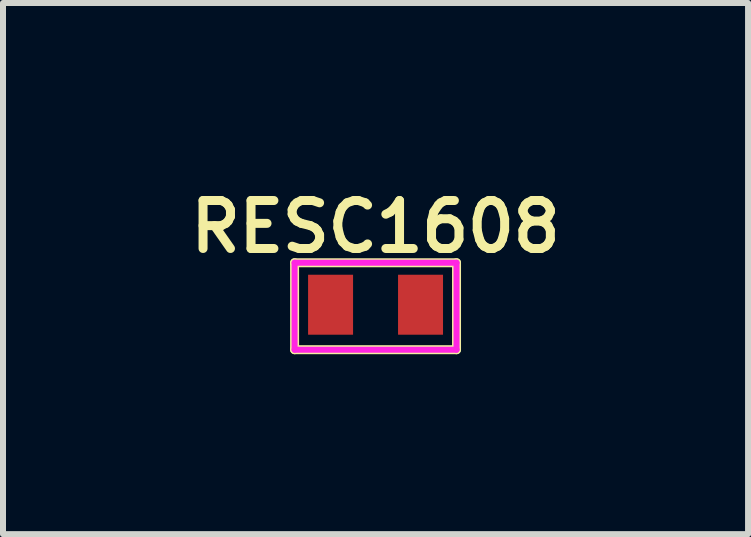
<source format=kicad_pcb>
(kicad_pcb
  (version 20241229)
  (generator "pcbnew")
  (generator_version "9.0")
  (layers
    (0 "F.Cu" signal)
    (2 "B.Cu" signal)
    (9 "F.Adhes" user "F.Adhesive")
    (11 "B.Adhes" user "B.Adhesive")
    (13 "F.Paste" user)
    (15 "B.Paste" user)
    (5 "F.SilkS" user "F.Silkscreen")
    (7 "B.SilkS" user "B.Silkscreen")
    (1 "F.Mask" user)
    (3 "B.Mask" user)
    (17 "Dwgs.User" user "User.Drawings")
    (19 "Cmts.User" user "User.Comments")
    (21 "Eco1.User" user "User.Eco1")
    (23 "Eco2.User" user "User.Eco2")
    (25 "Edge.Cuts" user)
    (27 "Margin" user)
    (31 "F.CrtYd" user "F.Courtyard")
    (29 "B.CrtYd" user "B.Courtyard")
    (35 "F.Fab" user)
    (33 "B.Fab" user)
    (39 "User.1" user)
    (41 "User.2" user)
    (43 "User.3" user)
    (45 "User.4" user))
  (footprint "RESC1608"
    (layer "F.Cu")
    (at 3.212 2.031)
    (property "Reference" "RESC1608" (at 0 -1.3 0) (layer "F.SilkS") (effects (font (size 0.8 0.8) (thickness 0.15))))
    (attr smd)
    (fp_line (start -1.35 -0.7) (end -1.35 0.75) (stroke (width 0.15) (type solid)) (layer "F.SilkS"))
    (fp_line (start -1.35 0.75) (end 1.35 0.75) (stroke (width 0.15) (type solid)) (layer "F.SilkS"))
    (fp_line (start 1.35 -0.7) (end -1.35 -0.7) (stroke (width 0.15) (type solid)) (layer "F.SilkS"))
    (fp_line (start 1.35 0.75) (end 1.35 -0.7) (stroke (width 0.15) (type solid)) (layer "F.SilkS"))
    (fp_line (start -1.35 -0.7) (end 1.35 -0.7) (stroke (width 0.1) (type solid)) (layer "F.CrtYd"))
    (fp_line (start -1.35 0.75) (end -1.35 -0.7) (stroke (width 0.1) (type solid)) (layer "F.CrtYd"))
    (fp_line (start 1.35 -0.7) (end 1.35 0.75) (stroke (width 0.1) (type solid)) (layer "F.CrtYd"))
    (fp_line (start 1.35 0.75) (end -1.35 0.75) (stroke (width 0.1) (type solid)) (layer "F.CrtYd"))
    (pad "1" smd rect (at -0.75 0) (size 0.75 1) (layers "F.Cu" "F.Mask" "F.Paste"))
    (pad "2" smd rect (at 0.75 0) (size 0.75 1) (layers "F.Cu" "F.Mask" "F.Paste")))
  (gr_rect
    (start -3 -3)
    (end 9.423 5.856)
    (stroke (width 0.1) (type default))
    (fill no)
    (layer "Edge.Cuts")))
</source>
